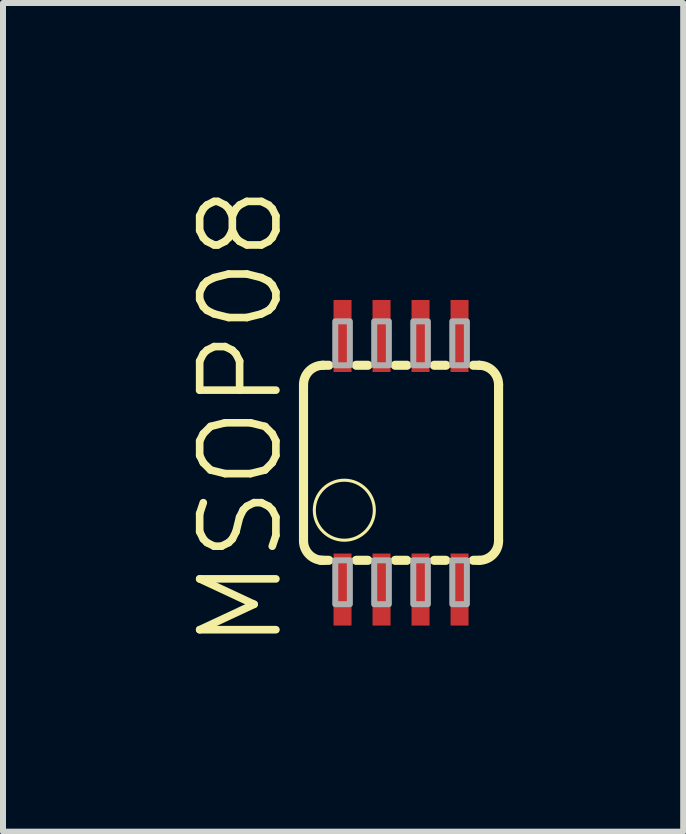
<source format=kicad_pcb>
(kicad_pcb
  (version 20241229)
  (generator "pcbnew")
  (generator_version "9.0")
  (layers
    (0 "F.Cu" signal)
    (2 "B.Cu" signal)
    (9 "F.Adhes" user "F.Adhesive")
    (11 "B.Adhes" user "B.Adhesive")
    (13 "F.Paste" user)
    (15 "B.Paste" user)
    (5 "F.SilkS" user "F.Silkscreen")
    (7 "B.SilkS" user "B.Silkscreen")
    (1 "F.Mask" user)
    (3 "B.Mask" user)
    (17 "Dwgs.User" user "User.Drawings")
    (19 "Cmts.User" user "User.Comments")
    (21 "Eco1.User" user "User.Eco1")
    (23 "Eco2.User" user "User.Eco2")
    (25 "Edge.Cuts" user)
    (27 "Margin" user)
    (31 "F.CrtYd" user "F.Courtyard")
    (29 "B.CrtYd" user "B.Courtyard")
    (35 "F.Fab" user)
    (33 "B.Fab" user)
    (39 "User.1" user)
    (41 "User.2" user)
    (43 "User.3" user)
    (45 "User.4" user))
  (footprint "MSOP08"
    (layer "F.Cu")
    (at 3.633 4.66)
    (property "Reference" "MSOP08" (at -2.667 -0.756 90) (layer "F.SilkS") (effects (font (size 1.27 1.27) (thickness 0.127))))
    (attr through_hole)
    (fp_line (start -1.626 1.301) (end -1.626 -1.299) (stroke (width 0.152) (type solid)) (layer "F.SilkS"))
    (fp_line (start -1.341 1.626) (end -1.204 1.626) (stroke (width 0.152) (type solid)) (layer "F.SilkS"))
    (fp_line (start -1.301 -1.624) (end -1.204 -1.624) (stroke (width 0.152) (type solid)) (layer "F.SilkS"))
    (fp_line (start -0.747 -1.624) (end -0.554 -1.624) (stroke (width 0.152) (type solid)) (layer "F.SilkS"))
    (fp_line (start -0.747 1.626) (end -0.554 1.626) (stroke (width 0.152) (type solid)) (layer "F.SilkS"))
    (fp_line (start -0.097 -1.624) (end 0.096 -1.624) (stroke (width 0.152) (type solid)) (layer "F.SilkS"))
    (fp_line (start -0.097 1.626) (end 0.096 1.626) (stroke (width 0.152) (type solid)) (layer "F.SilkS"))
    (fp_line (start 0.553 -1.624) (end 0.746 -1.624) (stroke (width 0.152) (type solid)) (layer "F.SilkS"))
    (fp_line (start 0.553 1.626) (end 0.746 1.626) (stroke (width 0.152) (type solid)) (layer "F.SilkS"))
    (fp_line (start 1.203 -1.624) (end 1.299 -1.624) (stroke (width 0.152) (type solid)) (layer "F.SilkS"))
    (fp_line (start 1.203 1.626) (end 1.299 1.626) (stroke (width 0.152) (type solid)) (layer "F.SilkS"))
    (fp_line (start 1.624 -1.299) (end 1.624 1.301) (stroke (width 0.152) (type solid)) (layer "F.SilkS"))
    (fp_arc (start -1.626 -1.299) (mid -1.53081 -1.52881) (end -1.301 -1.624) (stroke (width 0.1524) (type solid)) (layer "F.SilkS"))
    (fp_arc (start -1.301 1.626) (mid -1.53081 1.53081) (end -1.626 1.301) (stroke (width 0.1524) (type solid)) (layer "F.SilkS"))
    (fp_arc (start 1.299 -1.624) (mid 1.52881 -1.52881) (end 1.624 -1.299) (stroke (width 0.1524) (type solid)) (layer "F.SilkS"))
    (fp_arc (start 1.624 1.301) (mid 1.52881 1.53081) (end 1.299 1.626) (stroke (width 0.1524) (type solid)) (layer "F.SilkS"))
    (fp_circle (center -0.946 0.791) (end -0.446 0.791) (stroke (width 0.051) (type solid)) (fill no) (layer "F.SilkS"))
    (fp_poly (pts (xy -1.097 -2.356) (xy -0.854 -2.356) (xy -0.854 -1.624) (xy -1.097 -1.624)) (stroke (width 0.1) (type solid)) (fill no) (layer "F.Fab"))
    (fp_poly (pts (xy -1.097 1.626) (xy -0.854 1.626) (xy -0.854 2.357) (xy -1.097 2.357)) (stroke (width 0.1) (type solid)) (fill no) (layer "F.Fab"))
    (fp_poly (pts (xy -0.448 -2.356) (xy -0.204 -2.356) (xy -0.204 -1.624) (xy -0.448 -1.624)) (stroke (width 0.1) (type solid)) (fill no) (layer "F.Fab"))
    (fp_poly (pts (xy -0.448 1.626) (xy -0.204 1.626) (xy -0.204 2.357) (xy -0.448 2.357)) (stroke (width 0.1) (type solid)) (fill no) (layer "F.Fab"))
    (fp_poly (pts (xy 0.203 -2.356) (xy 0.446 -2.356) (xy 0.446 -1.624) (xy 0.203 -1.624)) (stroke (width 0.1) (type solid)) (fill no) (layer "F.Fab"))
    (fp_poly (pts (xy 0.203 1.626) (xy 0.446 1.626) (xy 0.446 2.357) (xy 0.203 2.357)) (stroke (width 0.1) (type solid)) (fill no) (layer "F.Fab"))
    (fp_poly (pts (xy 0.853 -2.356) (xy 1.096 -2.356) (xy 1.096 -1.624) (xy 0.853 -1.624)) (stroke (width 0.1) (type solid)) (fill no) (layer "F.Fab"))
    (fp_poly (pts (xy 0.853 1.626) (xy 1.096 1.626) (xy 1.096 2.357) (xy 0.853 2.357)) (stroke (width 0.1) (type solid)) (fill no) (layer "F.Fab"))
    (pad "1" smd rect (at -0.976 2.113) (size 0.3 1.2) (layers "F.Cu" "F.Mask" "F.Paste"))
    (pad "2" smd rect (at -0.326 2.113) (size 0.3 1.2) (layers "F.Cu" "F.Mask" "F.Paste"))
    (pad "3" smd rect (at 0.324 2.113) (size 0.3 1.2) (layers "F.Cu" "F.Mask" "F.Paste"))
    (pad "4" smd rect (at 0.974 2.113) (size 0.3 1.2) (layers "F.Cu" "F.Mask" "F.Paste"))
    (pad "5" smd rect (at 0.974 -2.112) (size 0.3 1.2) (layers "F.Cu" "F.Mask" "F.Paste"))
    (pad "6" smd rect (at 0.324 -2.112) (size 0.3 1.2) (layers "F.Cu" "F.Mask" "F.Paste"))
    (pad "7" smd rect (at -0.326 -2.112) (size 0.3 1.2) (layers "F.Cu" "F.Mask" "F.Paste"))
    (pad "8" smd rect (at -0.976 -2.112) (size 0.3 1.2) (layers "F.Cu" "F.Mask" "F.Paste")))
  (gr_rect
    (start -3 -3)
    (end 8.333 10.807)
    (stroke (width 0.1) (type default))
    (fill no)
    (layer "Edge.Cuts")))
</source>
